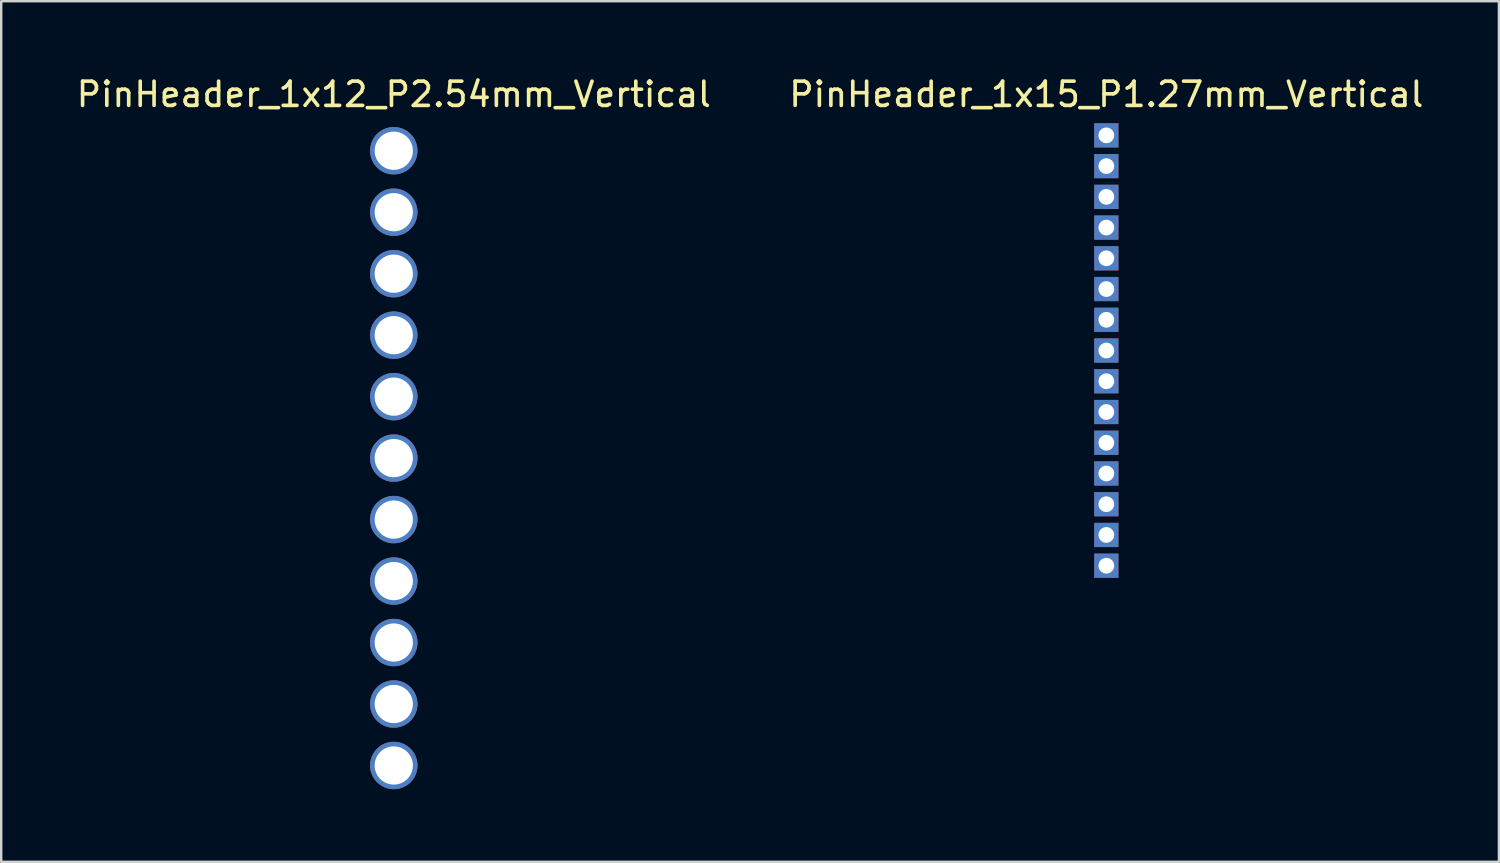
<source format=kicad_pcb>
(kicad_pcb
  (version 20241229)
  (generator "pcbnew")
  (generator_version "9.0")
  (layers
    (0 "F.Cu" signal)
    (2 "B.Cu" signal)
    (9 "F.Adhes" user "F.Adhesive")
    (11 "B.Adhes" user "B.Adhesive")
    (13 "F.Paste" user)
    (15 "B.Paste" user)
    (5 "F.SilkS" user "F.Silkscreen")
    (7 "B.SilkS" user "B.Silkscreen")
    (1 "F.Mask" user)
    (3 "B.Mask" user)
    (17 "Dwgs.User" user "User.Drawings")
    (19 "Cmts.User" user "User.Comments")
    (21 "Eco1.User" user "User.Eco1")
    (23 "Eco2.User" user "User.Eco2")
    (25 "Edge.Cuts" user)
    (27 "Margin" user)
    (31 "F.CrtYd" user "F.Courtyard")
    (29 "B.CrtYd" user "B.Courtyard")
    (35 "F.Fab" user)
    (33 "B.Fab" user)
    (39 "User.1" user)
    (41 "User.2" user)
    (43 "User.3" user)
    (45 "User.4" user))
  (footprint "PinHeader_1x12_P2.54mm_Vertical"
    (layer "F.Cu")
    (at 13.22 3.178)
    (property "Reference" "PinHeader_1x12_P2.54mm_Vertical" (at 0 -2.33 0) (layer "F.SilkS") (effects (font (size 1 1) (thickness 0.15))))
    (attr through_hole)
    (pad "1" thru_hole circle (at 0 0) (size 1.96 1.96) (drill 1.58) (layers "*.Cu" "*.Mask"))
    (pad "2" thru_hole circle (at 0 2.54) (size 1.96 1.96) (drill 1.58) (layers "*.Cu" "*.Mask"))
    (pad "3" thru_hole circle (at 0 5.08) (size 1.96 1.96) (drill 1.58) (layers "*.Cu" "*.Mask"))
    (pad "4" thru_hole circle (at 0 7.62) (size 1.96 1.96) (drill 1.58) (layers "*.Cu" "*.Mask"))
    (pad "5" thru_hole circle (at 0 10.16) (size 1.96 1.96) (drill 1.58) (layers "*.Cu" "*.Mask"))
    (pad "6" thru_hole circle (at 0 12.7) (size 1.96 1.96) (drill 1.58) (layers "*.Cu" "*.Mask"))
    (pad "7" thru_hole circle (at 0 15.24) (size 1.96 1.96) (drill 1.58) (layers "*.Cu" "*.Mask"))
    (pad "8" thru_hole circle (at 0 17.78) (size 1.96 1.96) (drill 1.58) (layers "*.Cu" "*.Mask"))
    (pad "9" thru_hole circle (at 0 20.32) (size 1.96 1.96) (drill 1.58) (layers "*.Cu" "*.Mask"))
    (pad "10" thru_hole circle (at 0 22.86) (size 1.96 1.96) (drill 1.58) (layers "*.Cu" "*.Mask"))
    (pad "11" thru_hole circle (at 0 25.4) (size 1.96 1.96) (drill 1.58) (layers "*.Cu" "*.Mask")))
  (footprint "PinHeader_1x15_P1.27mm_Vertical"
    (layer "F.Cu")
    (at 42.661 2.543)
    (property "Reference" "PinHeader_1x15_P1.27mm_Vertical" (at 0 -1.695 0) (layer "F.SilkS") (effects (font (size 1 1) (thickness 0.15))))
    (attr through_hole)
    (pad "1" thru_hole rect (at 0 0) (size 1 1) (drill 0.65) (layers "*.Cu" "*.Mask"))
    (pad "2" thru_hole rect (at 0 1.27) (size 1 1) (drill 0.65) (layers "*.Cu" "*.Mask"))
    (pad "3" thru_hole rect (at 0 2.54) (size 1 1) (drill 0.65) (layers "*.Cu" "*.Mask"))
    (pad "4" thru_hole rect (at 0 3.81) (size 1 1) (drill 0.65) (layers "*.Cu" "*.Mask"))
    (pad "5" thru_hole rect (at 0 5.08) (size 1 1) (drill 0.65) (layers "*.Cu" "*.Mask"))
    (pad "6" thru_hole rect (at 0 6.35) (size 1 1) (drill 0.65) (layers "*.Cu" "*.Mask"))
    (pad "7" thru_hole rect (at 0 7.62) (size 1 1) (drill 0.65) (layers "*.Cu" "*.Mask"))
    (pad "8" thru_hole rect (at 0 8.89) (size 1 1) (drill 0.65) (layers "*.Cu" "*.Mask"))
    (pad "9" thru_hole rect (at 0 10.16) (size 1 1) (drill 0.65) (layers "*.Cu" "*.Mask"))
    (pad "10" thru_hole rect (at 0 11.43) (size 1 1) (drill 0.65) (layers "*.Cu" "*.Mask"))
    (pad "11" thru_hole rect (at 0 12.7) (size 1 1) (drill 0.65) (layers "*.Cu" "*.Mask"))
    (pad "12" thru_hole rect (at 0 13.97) (size 1 1) (drill 0.65) (layers "*.Cu" "*.Mask"))
    (pad "13" thru_hole rect (at 0 15.24) (size 1 1) (drill 0.65) (layers "*.Cu" "*.Mask"))
    (pad "14" thru_hole rect (at 0 16.51) (size 1 1) (drill 0.65) (layers "*.Cu" "*.Mask"))
    (pad "15" thru_hole rect (at 0 17.78) (size 1 1) (drill 0.65) (layers "*.Cu" "*.Mask")))
  (gr_rect
    (start -3 -3)
    (end 58.881 32.558)
    (stroke (width 0.1) (type default))
    (fill no)
    (layer "Edge.Cuts")))
</source>
